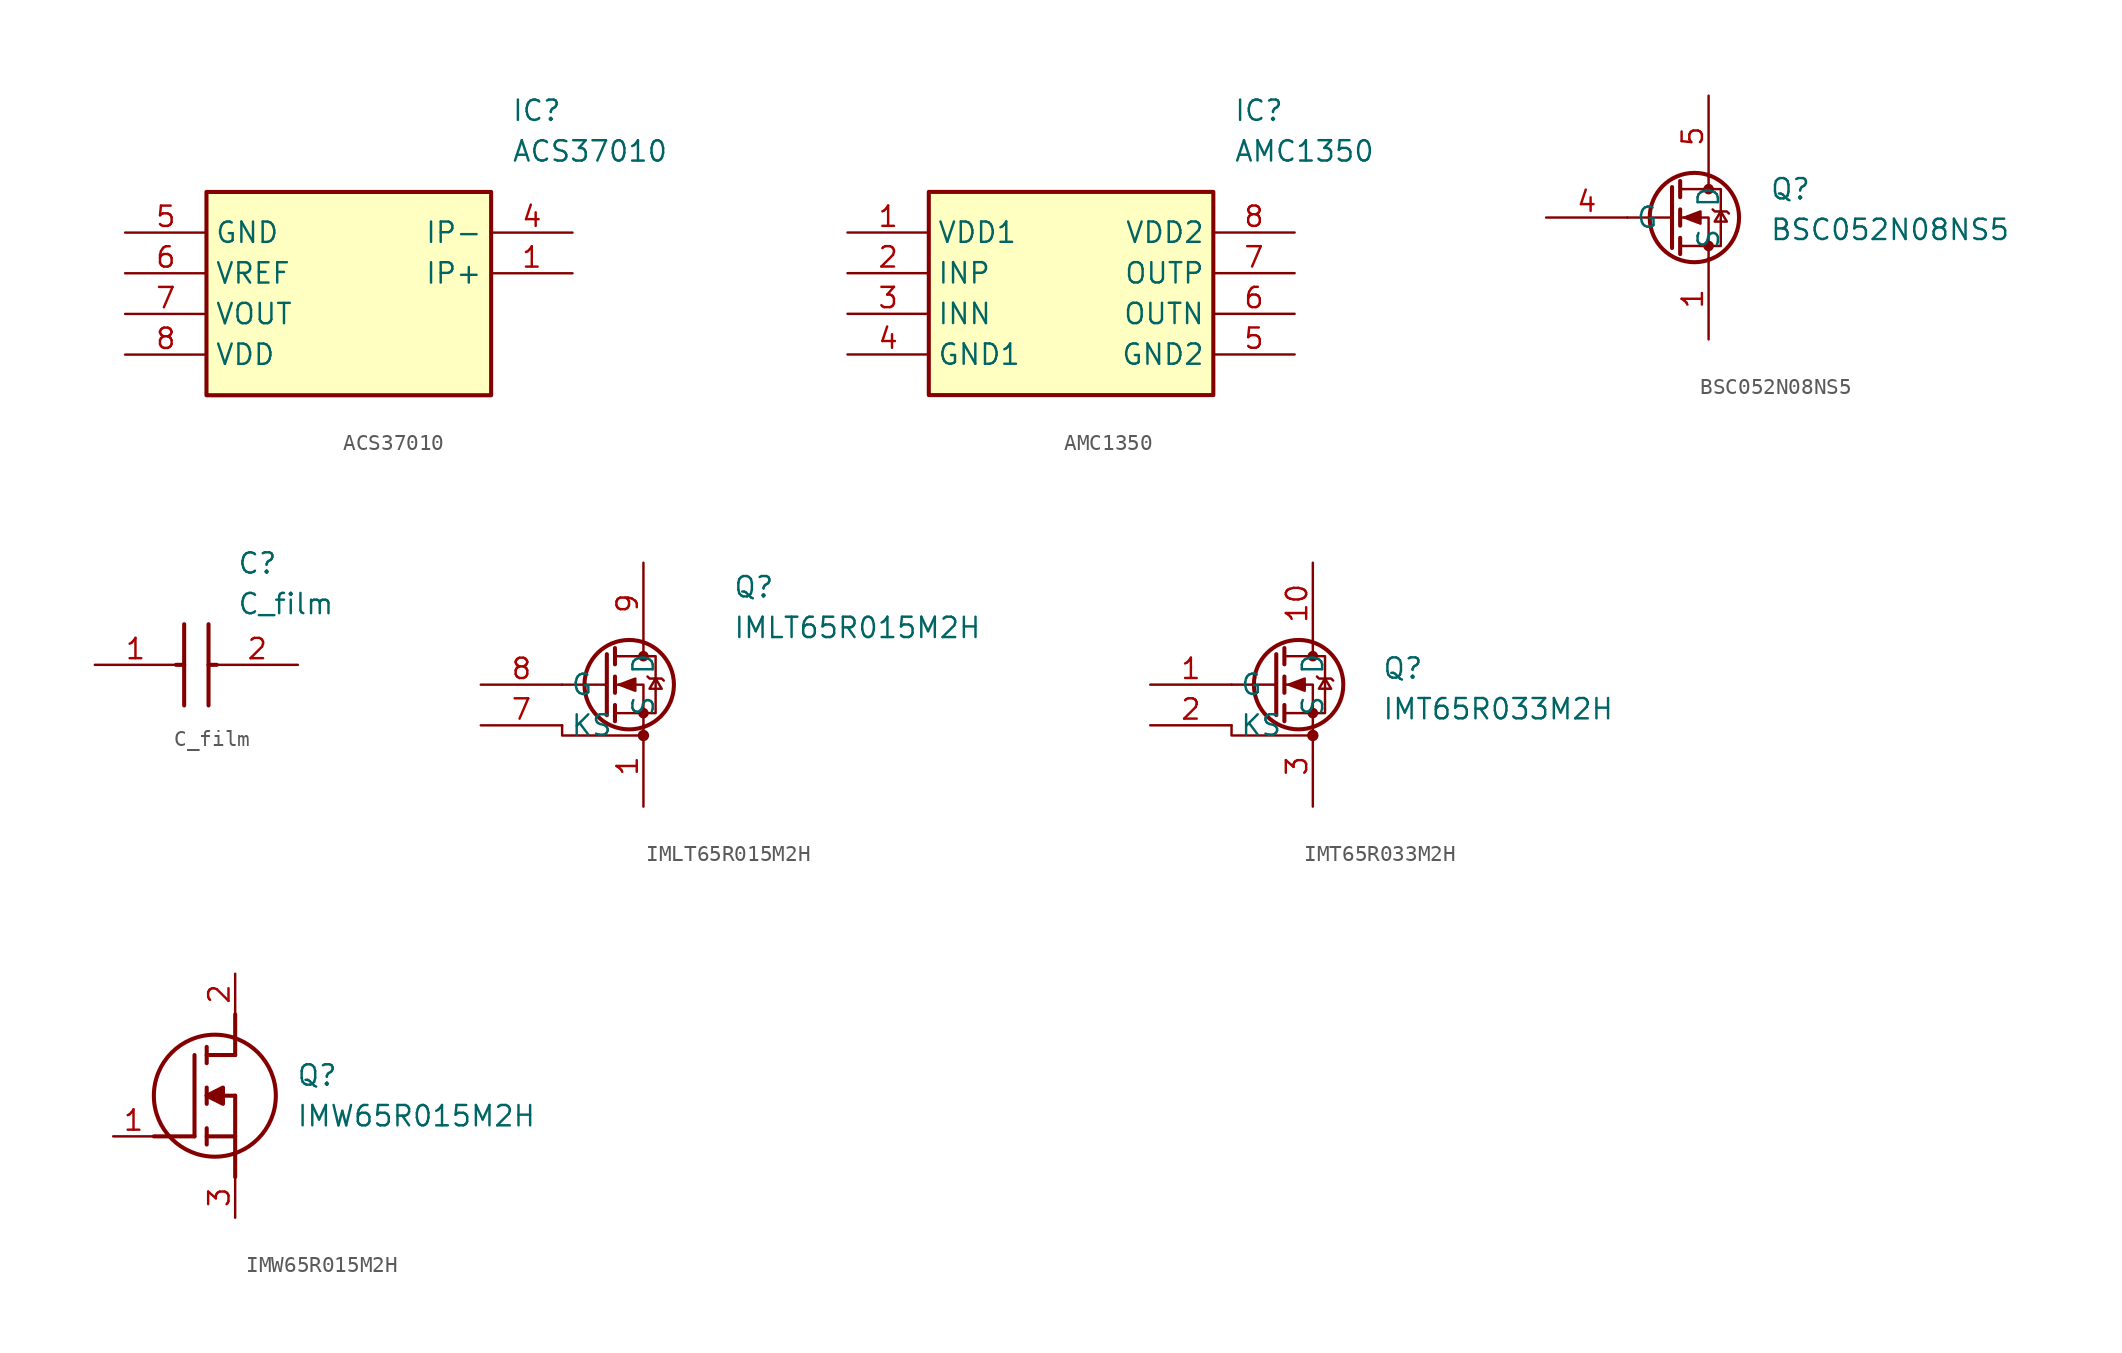
<source format=kicad_sym>
(kicad_symbol_lib
  (version 20241209)
  (generator "kicad_symbol_editor")
  (generator_version "9.0")
  (symbol "ACS37010"
    (property "Reference" "IC"
      (at 24.13 7.62 0)
      (effects (font (size 1.27 1.27)) (justify left)))
    (property "Value" "ACS37010"
      (at 24.13 5.08 0)
      (effects (font (size 1.27 1.27)) (justify left)))
    (symbol "ACS37010_1_1"
      (rectangle (start 5.08 2.54) (end 22.86 -10.16) (stroke (width 0.254) (type default)) (fill (type background)))
      (pin passive line (at 0 0 0) (length 5.08) (name "GND" (effects (font (size 1.27 1.27)))) (number "5" (effects (font (size 1.27 1.27)))))
      (pin passive line (at 0 -2.54 0) (length 5.08) (name "VREF" (effects (font (size 1.27 1.27)))) (number "6" (effects (font (size 1.27 1.27)))))
      (pin passive line (at 0 -5.08 0) (length 5.08) (name "VOUT" (effects (font (size 1.27 1.27)))) (number "7" (effects (font (size 1.27 1.27)))))
      (pin passive line (at 0 -7.62 0) (length 5.08) (name "VDD" (effects (font (size 1.27 1.27)))) (number "8" (effects (font (size 1.27 1.27)))))
      (pin passive line (at 27.94 0 180) (length 5.08) (name "IP-" (effects (font (size 1.27 1.27)))) (number "4" (effects (font (size 1.27 1.27)))))
      (pin passive line (at 27.94 -2.54 180) (length 5.08) (name "IP+" (effects (font (size 1.27 1.27)))) (number "1" (effects (font (size 1.27 1.27)))))))
  (symbol "AMC1350"
    (property "Reference" "IC"
      (at 24.13 7.62 0)
      (effects (font (size 1.27 1.27)) (justify left)))
    (property "Value" "AMC1350"
      (at 24.13 5.08 0)
      (effects (font (size 1.27 1.27)) (justify left)))
    (symbol "AMC1350_1_1"
      (rectangle (start 5.08 2.54) (end 22.86 -10.16) (stroke (width 0.254) (type default)) (fill (type background)))
      (pin passive line (at 0 0 0) (length 5.08) (name "VDD1" (effects (font (size 1.27 1.27)))) (number "1" (effects (font (size 1.27 1.27)))))
      (pin passive line (at 0 -2.54 0) (length 5.08) (name "INP" (effects (font (size 1.27 1.27)))) (number "2" (effects (font (size 1.27 1.27)))))
      (pin passive line (at 0 -5.08 0) (length 5.08) (name "INN" (effects (font (size 1.27 1.27)))) (number "3" (effects (font (size 1.27 1.27)))))
      (pin passive line (at 0 -7.62 0) (length 5.08) (name "GND1" (effects (font (size 1.27 1.27)))) (number "4" (effects (font (size 1.27 1.27)))))
      (pin passive line (at 27.94 0 180) (length 5.08) (name "VDD2" (effects (font (size 1.27 1.27)))) (number "8" (effects (font (size 1.27 1.27)))))
      (pin passive line (at 27.94 -2.54 180) (length 5.08) (name "OUTP" (effects (font (size 1.27 1.27)))) (number "7" (effects (font (size 1.27 1.27)))))
      (pin passive line (at 27.94 -5.08 180) (length 5.08) (name "OUTN" (effects (font (size 1.27 1.27)))) (number "6" (effects (font (size 1.27 1.27)))))
      (pin passive line (at 27.94 -7.62 180) (length 5.08) (name "GND2" (effects (font (size 1.27 1.27)))) (number "5" (effects (font (size 1.27 1.27)))))))
  (symbol "BSC052N08NS5"
    (property "Reference" "Q"
      (at 16.51 11.938 0)
      (effects (font (size 1.27 1.27)) (justify left)))
    (property "Value" "BSC052N08NS5"
      (at 16.51 9.398 0)
      (effects (font (size 1.27 1.27)) (justify left)))
    (symbol "BSC052N08NS5_0_1"
      (polyline (pts (xy 10.414 12.065) (xy 10.414 8.255)) (stroke (width 0.254) (type default)) (fill (type none)))
      (polyline (pts (xy 10.414 10.16) (xy 7.62 10.16)) (stroke (width 0) (type default)) (fill (type none)))
      (polyline (pts (xy 10.922 12.446) (xy 10.922 11.43)) (stroke (width 0.254) (type default)) (fill (type none)))
      (polyline (pts (xy 10.922 10.668) (xy 10.922 9.652)) (stroke (width 0.254) (type default)) (fill (type none)))
      (polyline (pts (xy 10.922 8.89) (xy 10.922 7.874)) (stroke (width 0.254) (type default)) (fill (type none)))
      (polyline (pts (xy 10.922 8.382) (xy 13.462 8.382) (xy 13.462 11.938) (xy 10.922 11.938)) (stroke (width 0) (type default)) (fill (type none)))
      (polyline (pts (xy 11.176 10.16) (xy 12.192 10.541) (xy 12.192 9.779) (xy 11.176 10.16)) (stroke (width 0) (type default)) (fill (type outline)))
      (circle (center 11.811 10.16) (radius 2.794) (stroke (width 0.254) (type default)) (fill (type none)))
      (polyline (pts (xy 12.7 12.7) (xy 12.7 11.938)) (stroke (width 0) (type default)) (fill (type none)))
      (circle (center 12.7 11.938) (radius 0.254) (stroke (width 0) (type default)) (fill (type outline)))
      (circle (center 12.7 8.382) (radius 0.254) (stroke (width 0) (type default)) (fill (type outline)))
      (polyline (pts (xy 12.7 7.62) (xy 12.7 10.16) (xy 10.922 10.16)) (stroke (width 0) (type default)) (fill (type none)))
      (polyline (pts (xy 12.954 10.668) (xy 13.081 10.541) (xy 13.843 10.541) (xy 13.97 10.414)) (stroke (width 0) (type default)) (fill (type none)))
      (polyline (pts (xy 13.462 10.541) (xy 13.081 9.906) (xy 13.843 9.906) (xy 13.462 10.541)) (stroke (width 0) (type default)) (fill (type none))))
    (symbol "BSC052N08NS5_1_1"
      (pin passive line (at 2.54 10.16 0) (length 5.08) (name "G" (effects (font (size 1.27 1.27)))) (number "4" (effects (font (size 1.27 1.27)))))
      (pin passive line (at 12.7 17.78 270) (length 5.08) (name "D" (effects (font (size 1.27 1.27)))) (number "5" (effects (font (size 1.27 1.27)))))
      (pin passive line (at 12.7 17.78 270) (length 5.08) (hide yes) (name "D" (effects (font (size 1.27 1.27)))) (number "6" (effects (font (size 1.27 1.27)))))
      (pin passive line (at 12.7 17.78 270) (length 5.08) (hide yes) (name "D" (effects (font (size 1.27 1.27)))) (number "7" (effects (font (size 1.27 1.27)))))
      (pin passive line (at 12.7 17.78 270) (length 5.08) (hide yes) (name "D" (effects (font (size 1.27 1.27)))) (number "8" (effects (font (size 1.27 1.27)))))
      (pin passive line (at 12.7 17.78 270) (length 5.08) (hide yes) (name "D" (effects (font (size 1.27 1.27)))) (number "9" (effects (font (size 1.27 1.27)))))
      (pin passive line (at 12.7 2.54 90) (length 5.08) (name "S" (effects (font (size 1.27 1.27)))) (number "1" (effects (font (size 1.27 1.27)))))
      (pin passive line (at 12.7 2.54 90) (length 5.08) (hide yes) (name "S" (effects (font (size 1.27 1.27)))) (number "2" (effects (font (size 1.27 1.27)))))
      (pin passive line (at 12.7 2.54 90) (length 5.08) (hide yes) (name "S" (effects (font (size 1.27 1.27)))) (number "3" (effects (font (size 1.27 1.27)))))))
  (symbol "C_film"
    (pin_names
      (hide yes))
    (property "Reference" "C"
      (at 8.89 6.35 0)
      (effects (font (size 1.27 1.27)) (justify left)))
    (property "Value" "C_film"
      (at 8.89 3.81 0)
      (effects (font (size 1.27 1.27)) (justify left)))
    (symbol "C_film_1_1"
      (polyline (pts (xy 5.08 0) (xy 5.588 0)) (stroke (width 0.254) (type default)) (fill (type none)))
      (polyline (pts (xy 5.588 2.54) (xy 5.588 -2.54)) (stroke (width 0.254) (type default)) (fill (type none)))
      (polyline (pts (xy 7.112 2.54) (xy 7.112 -2.54)) (stroke (width 0.254) (type default)) (fill (type none)))
      (polyline (pts (xy 7.112 0) (xy 7.62 0)) (stroke (width 0.254) (type default)) (fill (type none)))
      (pin passive line (at 0 0 0) (length 5.08) (name "1" (effects (font (size 1.27 1.27)))) (number "1" (effects (font (size 1.27 1.27)))))
      (pin passive line (at 12.7 0 180) (length 5.08) (name "2" (effects (font (size 1.27 1.27)))) (number "2" (effects (font (size 1.27 1.27)))))))
  (symbol "IMLT65R015M2H"
    (property "Reference" "Q"
      (at 8.128 7.366 0)
      (effects (font (size 1.27 1.27)) (justify left)))
    (property "Value" "IMLT65R015M2H"
      (at 8.128 4.826 0)
      (effects (font (size 1.27 1.27)) (justify left)))
    (symbol "IMLT65R015M2H_0_1"
      (polyline (pts (xy -2.54 -1.27) (xy -2.54 -1.905) (xy 2.54 -1.905)) (stroke (width 0) (type default)) (fill (type none)))
      (polyline (pts (xy 0.254 3.175) (xy 0.254 -0.635)) (stroke (width 0.254) (type default)) (fill (type none)))
      (polyline (pts (xy 0.254 1.27) (xy -2.54 1.27)) (stroke (width 0) (type default)) (fill (type none)))
      (polyline (pts (xy 0.762 3.556) (xy 0.762 2.54)) (stroke (width 0.254) (type default)) (fill (type none)))
      (polyline (pts (xy 0.762 1.778) (xy 0.762 0.762)) (stroke (width 0.254) (type default)) (fill (type none)))
      (polyline (pts (xy 0.762 0) (xy 0.762 -1.016)) (stroke (width 0.254) (type default)) (fill (type none)))
      (polyline (pts (xy 0.762 -0.508) (xy 3.302 -0.508) (xy 3.302 3.048) (xy 0.762 3.048)) (stroke (width 0) (type default)) (fill (type none)))
      (polyline (pts (xy 1.016 1.27) (xy 2.032 1.651) (xy 2.032 0.889) (xy 1.016 1.27)) (stroke (width 0) (type default)) (fill (type outline)))
      (circle (center 1.651 1.27) (radius 2.794) (stroke (width 0.254) (type default)) (fill (type none)))
      (polyline (pts (xy 2.54 3.81) (xy 2.54 3.048)) (stroke (width 0) (type default)) (fill (type none)))
      (circle (center 2.54 3.048) (radius 0.254) (stroke (width 0) (type default)) (fill (type outline)))
      (circle (center 2.54 -0.508) (radius 0.254) (stroke (width 0) (type default)) (fill (type outline)))
      (polyline (pts (xy 2.54 -1.27) (xy 2.54 1.27) (xy 0.762 1.27)) (stroke (width 0) (type default)) (fill (type none)))
      (circle (center 2.54 -1.905) (radius 0.279) (stroke (width 0) (type default)) (fill (type outline)))
      (polyline (pts (xy 2.794 1.778) (xy 2.921 1.651) (xy 3.683 1.651) (xy 3.81 1.524)) (stroke (width 0) (type default)) (fill (type none)))
      (polyline (pts (xy 3.302 1.651) (xy 2.921 1.016) (xy 3.683 1.016) (xy 3.302 1.651)) (stroke (width 0) (type default)) (fill (type none))))
    (symbol "IMLT65R015M2H_1_1"
      (pin passive line (at -7.62 1.27 0) (length 5.08) (name "G" (effects (font (size 1.27 1.27)))) (number "8" (effects (font (size 1.27 1.27)))))
      (pin passive line (at -7.62 -1.27 0) (length 5.08) (name "KS" (effects (font (size 1.27 1.27)))) (number "7" (effects (font (size 1.27 1.27)))))
      (pin passive line (at 2.54 8.89 270) (length 5.08) (hide yes) (name "D" (effects (font (size 1.27 1.27)))) (number "10" (effects (font (size 1.27 1.27)))))
      (pin passive line (at 2.54 8.89 270) (length 5.08) (hide yes) (name "D" (effects (font (size 1.27 1.27)))) (number "11" (effects (font (size 1.27 1.27)))))
      (pin passive line (at 2.54 8.89 270) (length 5.08) (hide yes) (name "D" (effects (font (size 1.27 1.27)))) (number "12" (effects (font (size 1.27 1.27)))))
      (pin passive line (at 2.54 8.89 270) (length 5.08) (hide yes) (name "D" (effects (font (size 1.27 1.27)))) (number "13" (effects (font (size 1.27 1.27)))))
      (pin passive line (at 2.54 8.89 270) (length 5.08) (hide yes) (name "D" (effects (font (size 1.27 1.27)))) (number "14" (effects (font (size 1.27 1.27)))))
      (pin passive line (at 2.54 8.89 270) (length 5.08) (hide yes) (name "D" (effects (font (size 1.27 1.27)))) (number "15" (effects (font (size 1.27 1.27)))))
      (pin passive line (at 2.54 8.89 270) (length 5.08) (hide yes) (name "D" (effects (font (size 1.27 1.27)))) (number "16" (effects (font (size 1.27 1.27)))))
      (pin passive line (at 2.54 8.89 270) (length 5.08) (name "D" (effects (font (size 1.27 1.27)))) (number "9" (effects (font (size 1.27 1.27)))))
      (pin passive line (at 2.54 -6.35 90) (length 5.08) (name "S" (effects (font (size 1.27 1.27)))) (number "1" (effects (font (size 1.27 1.27)))))
      (pin passive line (at 2.54 -6.35 90) (length 5.08) (hide yes) (name "S" (effects (font (size 1.27 1.27)))) (number "2" (effects (font (size 1.27 1.27)))))
      (pin passive line (at 2.54 -6.35 90) (length 5.08) (hide yes) (name "S" (effects (font (size 1.27 1.27)))) (number "3" (effects (font (size 1.27 1.27)))))
      (pin passive line (at 2.54 -6.35 90) (length 5.08) (hide yes) (name "S" (effects (font (size 1.27 1.27)))) (number "4" (effects (font (size 1.27 1.27)))))
      (pin passive line (at 2.54 -6.35 90) (length 5.08) (hide yes) (name "S" (effects (font (size 1.27 1.27)))) (number "5" (effects (font (size 1.27 1.27)))))
      (pin passive line (at 2.54 -6.35 90) (length 5.08) (hide yes) (name "S" (effects (font (size 1.27 1.27)))) (number "6" (effects (font (size 1.27 1.27)))))))
  (symbol "IMT65R033M2H"
    (property "Reference" "Q"
      (at 22.098 12.446 0)
      (effects (font (size 1.27 1.27)) (justify left)))
    (property "Value" "IMT65R033M2H"
      (at 22.098 9.906 0)
      (effects (font (size 1.27 1.27)) (justify left)))
    (symbol "IMT65R033M2H_0_1"
      (polyline (pts (xy 12.7 8.89) (xy 12.7 8.255) (xy 17.78 8.255)) (stroke (width 0) (type default)) (fill (type none)))
      (polyline (pts (xy 15.494 13.335) (xy 15.494 9.525)) (stroke (width 0.254) (type default)) (fill (type none)))
      (polyline (pts (xy 15.494 11.43) (xy 12.7 11.43)) (stroke (width 0) (type default)) (fill (type none)))
      (polyline (pts (xy 16.002 13.716) (xy 16.002 12.7)) (stroke (width 0.254) (type default)) (fill (type none)))
      (polyline (pts (xy 16.002 11.938) (xy 16.002 10.922)) (stroke (width 0.254) (type default)) (fill (type none)))
      (polyline (pts (xy 16.002 10.16) (xy 16.002 9.144)) (stroke (width 0.254) (type default)) (fill (type none)))
      (polyline (pts (xy 16.002 9.652) (xy 18.542 9.652) (xy 18.542 13.208) (xy 16.002 13.208)) (stroke (width 0) (type default)) (fill (type none)))
      (polyline (pts (xy 16.256 11.43) (xy 17.272 11.811) (xy 17.272 11.049) (xy 16.256 11.43)) (stroke (width 0) (type default)) (fill (type outline)))
      (circle (center 16.891 11.43) (radius 2.794) (stroke (width 0.254) (type default)) (fill (type none)))
      (polyline (pts (xy 17.78 13.97) (xy 17.78 13.208)) (stroke (width 0) (type default)) (fill (type none)))
      (circle (center 17.78 13.208) (radius 0.254) (stroke (width 0) (type default)) (fill (type outline)))
      (circle (center 17.78 9.652) (radius 0.254) (stroke (width 0) (type default)) (fill (type outline)))
      (polyline (pts (xy 17.78 8.89) (xy 17.78 11.43) (xy 16.002 11.43)) (stroke (width 0) (type default)) (fill (type none)))
      (circle (center 17.78 8.255) (radius 0.279) (stroke (width 0) (type default)) (fill (type outline)))
      (polyline (pts (xy 18.034 11.938) (xy 18.161 11.811) (xy 18.923 11.811) (xy 19.05 11.684)) (stroke (width 0) (type default)) (fill (type none)))
      (polyline (pts (xy 18.542 11.811) (xy 18.161 11.176) (xy 18.923 11.176) (xy 18.542 11.811)) (stroke (width 0) (type default)) (fill (type none))))
    (symbol "IMT65R033M2H_1_1"
      (pin passive line (at 7.62 11.43 0) (length 5.08) (name "G" (effects (font (size 1.27 1.27)))) (number "1" (effects (font (size 1.27 1.27)))))
      (pin passive line (at 7.62 8.89 0) (length 5.08) (name "KS" (effects (font (size 1.27 1.27)))) (number "2" (effects (font (size 1.27 1.27)))))
      (pin passive line (at 17.78 19.05 270) (length 5.08) (name "D" (effects (font (size 1.27 1.27)))) (number "10" (effects (font (size 1.27 1.27)))))
      (pin passive line (at 17.78 19.05 270) (length 5.08) (hide yes) (name "D" (effects (font (size 1.27 1.27)))) (number "11" (effects (font (size 1.27 1.27)))))
      (pin passive line (at 17.78 19.05 270) (length 5.08) (hide yes) (name "D" (effects (font (size 1.27 1.27)))) (number "12" (effects (font (size 1.27 1.27)))))
      (pin passive line (at 17.78 3.81 90) (length 5.08) (name "S" (effects (font (size 1.27 1.27)))) (number "3" (effects (font (size 1.27 1.27)))))
      (pin passive line (at 17.78 3.81 90) (length 5.08) (hide yes) (name "S" (effects (font (size 1.27 1.27)))) (number "4" (effects (font (size 1.27 1.27)))))
      (pin passive line (at 17.78 3.81 90) (length 5.08) (hide yes) (name "S" (effects (font (size 1.27 1.27)))) (number "5" (effects (font (size 1.27 1.27)))))
      (pin passive line (at 17.78 3.81 90) (length 5.08) (hide yes) (name "S" (effects (font (size 1.27 1.27)))) (number "6" (effects (font (size 1.27 1.27)))))
      (pin passive line (at 17.78 3.81 90) (length 5.08) (hide yes) (name "S" (effects (font (size 1.27 1.27)))) (number "7" (effects (font (size 1.27 1.27)))))
      (pin passive line (at 17.78 3.81 90) (length 5.08) (hide yes) (name "S" (effects (font (size 1.27 1.27)))) (number "8" (effects (font (size 1.27 1.27)))))
      (pin passive line (at 17.78 3.81 90) (length 5.08) (hide yes) (name "S" (effects (font (size 1.27 1.27)))) (number "9" (effects (font (size 1.27 1.27)))))))
  (symbol "IMW65R015M2H"
    (pin_names
      (hide yes))
    (property "Reference" "Q"
      (at 11.43 3.81 0)
      (effects (font (size 1.27 1.27)) (justify left)))
    (property "Value" "IMW65R015M2H"
      (at 11.43 1.27 0)
      (effects (font (size 1.27 1.27)) (justify left)))
    (symbol "IMW65R015M2H_1_1"
      (polyline (pts (xy 2.54 0) (xy 5.08 0)) (stroke (width 0.254) (type default)) (fill (type none)))
      (polyline (pts (xy 5.08 5.08) (xy 5.08 0)) (stroke (width 0.254) (type default)) (fill (type none)))
      (polyline (pts (xy 5.842 5.588) (xy 5.842 4.572)) (stroke (width 0.254) (type default)) (fill (type none)))
      (polyline (pts (xy 5.842 2.54) (xy 6.858 3.048) (xy 6.858 2.032) (xy 5.842 2.54)) (stroke (width 0.254) (type default)) (fill (type outline)))
      (polyline (pts (xy 5.842 2.032) (xy 5.842 3.048)) (stroke (width 0.254) (type default)) (fill (type none)))
      (polyline (pts (xy 5.842 0) (xy 7.62 0)) (stroke (width 0.254) (type default)) (fill (type none)))
      (polyline (pts (xy 5.842 -0.508) (xy 5.842 0.508)) (stroke (width 0.254) (type default)) (fill (type none)))
      (circle (center 6.35 2.54) (radius 3.81) (stroke (width 0.254) (type default)) (fill (type none)))
      (polyline (pts (xy 7.62 5.08) (xy 5.842 5.08)) (stroke (width 0.254) (type default)) (fill (type none)))
      (polyline (pts (xy 7.62 5.08) (xy 7.62 7.62)) (stroke (width 0.254) (type default)) (fill (type none)))
      (polyline (pts (xy 7.62 2.54) (xy 5.842 2.54)) (stroke (width 0.254) (type default)) (fill (type none)))
      (polyline (pts (xy 7.62 2.54) (xy 7.62 -2.54)) (stroke (width 0.254) (type default)) (fill (type none)))
      (pin passive line (at 0 0 0) (length 2.54) (name "G" (effects (font (size 1.27 1.27)))) (number "1" (effects (font (size 1.27 1.27)))))
      (pin passive line (at 7.62 10.16 270) (length 2.54) (name "D" (effects (font (size 1.27 1.27)))) (number "2" (effects (font (size 1.27 1.27)))))
      (pin passive line (at 7.62 -5.08 90) (length 2.54) (name "S" (effects (font (size 1.27 1.27)))) (number "3" (effects (font (size 1.27 1.27))))))))
</source>
